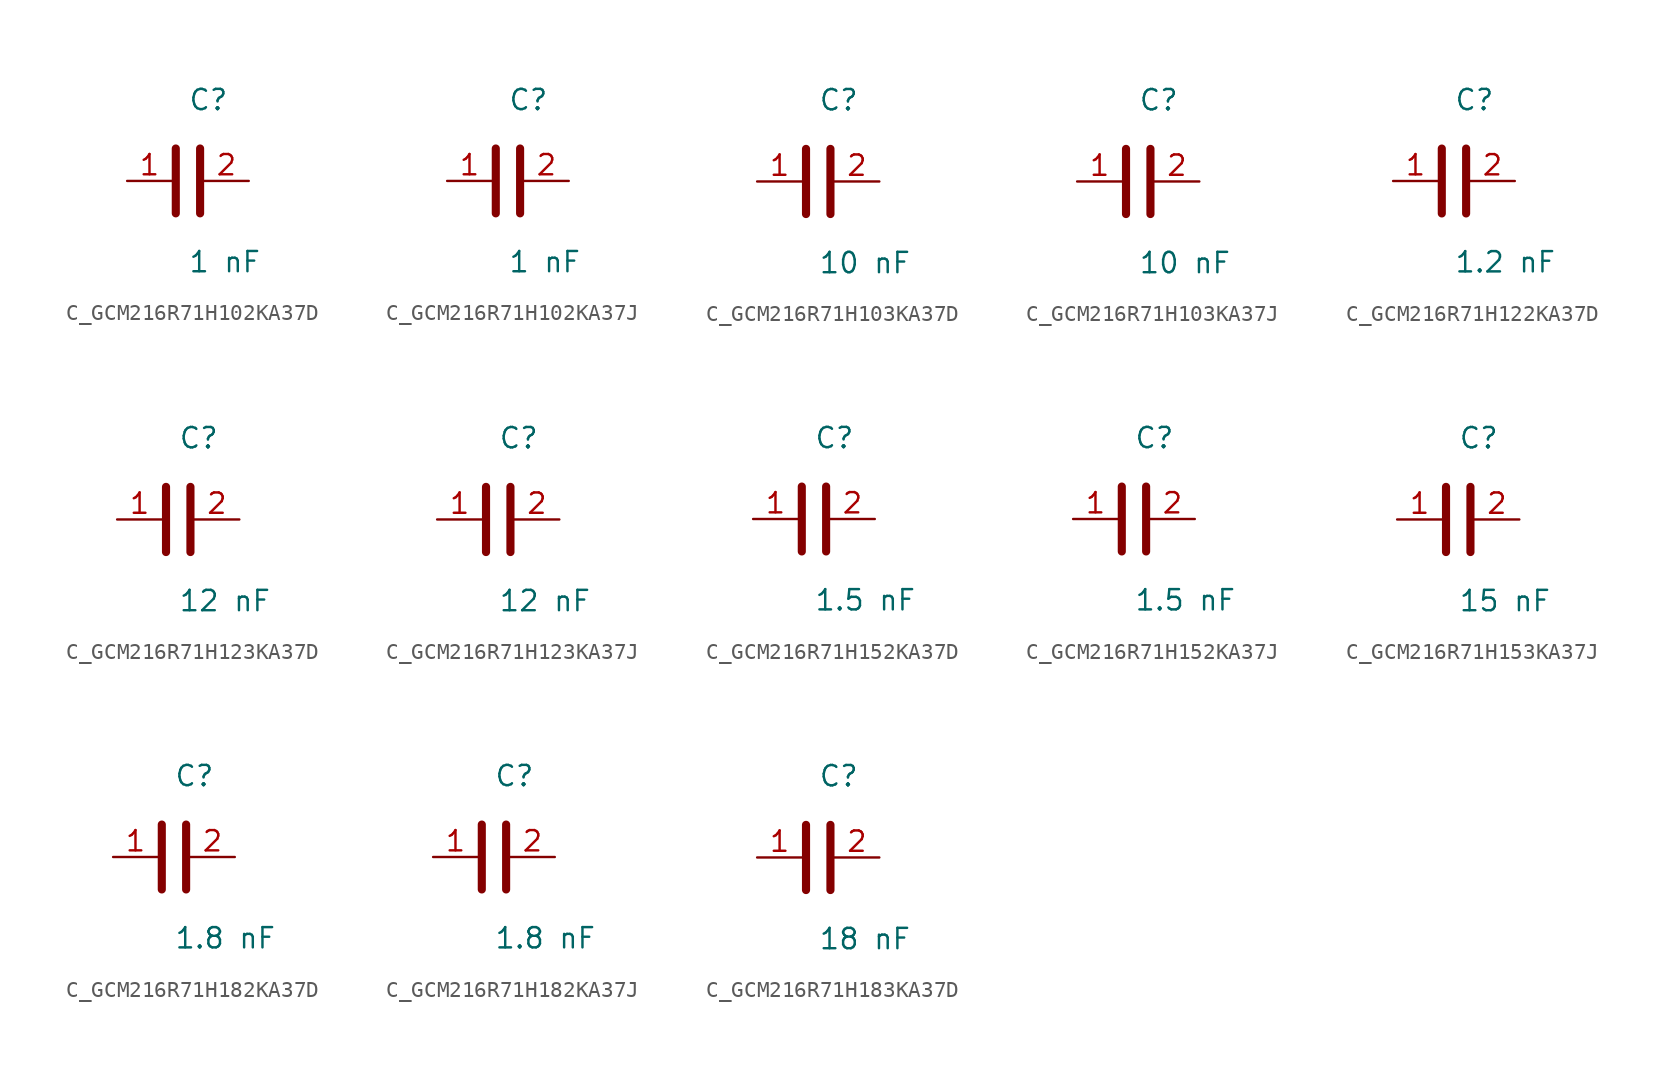
<source format=kicad_sym>
(kicad_symbol_lib
  (version 20231120)
  (generator kicad_symbol_editor)
  (generator_version 8.0)
  (symbol "C_GCM216R71H102KA37D"
    (pin_names
      (offset 0.254))
    (property "Reference" "C"
      (at 0.0 5.08 0)
      (effects (font (size 1.27 1.27)) (justify left)))
    (property "Value" "1 nF"
      (at 0.0 -5.08 0)
      (effects (font (size 1.27 1.27)) (justify left)))
    (symbol "C_GCM216R71H102KA37D_0_1"
      (polyline (pts (xy -0.762 -2.032) (xy -0.762 2.032)) (stroke (width 0.508) (type default)) (fill (type none)))
      (polyline (pts (xy 0.762 -2.032) (xy 0.762 2.032)) (stroke (width 0.508) (type default)) (fill (type none))))
    (pin unspecified line
      (at -3.81 0 0)
      (length 2.8)
      (name "" (effects (font (size 1.27 1.27))))
      (number "1" (effects (font (size 1.27 1.27)))))
    (pin unspecified line
      (at 3.81 0 180)
      (length 2.8)
      (name "" (effects (font (size 1.27 1.27))))
      (number "2" (effects (font (size 1.27 1.27))))))
  (symbol "C_GCM216R71H102KA37J"
    (pin_names
      (offset 0.254))
    (property "Reference" "C"
      (at 0.0 5.08 0)
      (effects (font (size 1.27 1.27)) (justify left)))
    (property "Value" "1 nF"
      (at 0.0 -5.08 0)
      (effects (font (size 1.27 1.27)) (justify left)))
    (symbol "C_GCM216R71H102KA37J_0_1"
      (polyline (pts (xy -0.762 -2.032) (xy -0.762 2.032)) (stroke (width 0.508) (type default)) (fill (type none)))
      (polyline (pts (xy 0.762 -2.032) (xy 0.762 2.032)) (stroke (width 0.508) (type default)) (fill (type none))))
    (pin unspecified line
      (at -3.81 0 0)
      (length 2.8)
      (name "" (effects (font (size 1.27 1.27))))
      (number "1" (effects (font (size 1.27 1.27)))))
    (pin unspecified line
      (at 3.81 0 180)
      (length 2.8)
      (name "" (effects (font (size 1.27 1.27))))
      (number "2" (effects (font (size 1.27 1.27))))))
  (symbol "C_GCM216R71H103KA37D"
    (pin_names
      (offset 0.254))
    (property "Reference" "C"
      (at 0.0 5.08 0)
      (effects (font (size 1.27 1.27)) (justify left)))
    (property "Value" "10 nF"
      (at 0.0 -5.08 0)
      (effects (font (size 1.27 1.27)) (justify left)))
    (symbol "C_GCM216R71H103KA37D_0_1"
      (polyline (pts (xy -0.762 -2.032) (xy -0.762 2.032)) (stroke (width 0.508) (type default)) (fill (type none)))
      (polyline (pts (xy 0.762 -2.032) (xy 0.762 2.032)) (stroke (width 0.508) (type default)) (fill (type none))))
    (pin unspecified line
      (at -3.81 0 0)
      (length 2.8)
      (name "" (effects (font (size 1.27 1.27))))
      (number "1" (effects (font (size 1.27 1.27)))))
    (pin unspecified line
      (at 3.81 0 180)
      (length 2.8)
      (name "" (effects (font (size 1.27 1.27))))
      (number "2" (effects (font (size 1.27 1.27))))))
  (symbol "C_GCM216R71H103KA37J"
    (pin_names
      (offset 0.254))
    (property "Reference" "C"
      (at 0.0 5.08 0)
      (effects (font (size 1.27 1.27)) (justify left)))
    (property "Value" "10 nF"
      (at 0.0 -5.08 0)
      (effects (font (size 1.27 1.27)) (justify left)))
    (symbol "C_GCM216R71H103KA37J_0_1"
      (polyline (pts (xy -0.762 -2.032) (xy -0.762 2.032)) (stroke (width 0.508) (type default)) (fill (type none)))
      (polyline (pts (xy 0.762 -2.032) (xy 0.762 2.032)) (stroke (width 0.508) (type default)) (fill (type none))))
    (pin unspecified line
      (at -3.81 0 0)
      (length 2.8)
      (name "" (effects (font (size 1.27 1.27))))
      (number "1" (effects (font (size 1.27 1.27)))))
    (pin unspecified line
      (at 3.81 0 180)
      (length 2.8)
      (name "" (effects (font (size 1.27 1.27))))
      (number "2" (effects (font (size 1.27 1.27))))))
  (symbol "C_GCM216R71H122KA37D"
    (pin_names
      (offset 0.254))
    (property "Reference" "C"
      (at 0.0 5.08 0)
      (effects (font (size 1.27 1.27)) (justify left)))
    (property "Value" "1.2 nF"
      (at 0.0 -5.08 0)
      (effects (font (size 1.27 1.27)) (justify left)))
    (symbol "C_GCM216R71H122KA37D_0_1"
      (polyline (pts (xy -0.762 -2.032) (xy -0.762 2.032)) (stroke (width 0.508) (type default)) (fill (type none)))
      (polyline (pts (xy 0.762 -2.032) (xy 0.762 2.032)) (stroke (width 0.508) (type default)) (fill (type none))))
    (pin unspecified line
      (at -3.81 0 0)
      (length 2.8)
      (name "" (effects (font (size 1.27 1.27))))
      (number "1" (effects (font (size 1.27 1.27)))))
    (pin unspecified line
      (at 3.81 0 180)
      (length 2.8)
      (name "" (effects (font (size 1.27 1.27))))
      (number "2" (effects (font (size 1.27 1.27))))))
  (symbol "C_GCM216R71H123KA37D"
    (pin_names
      (offset 0.254))
    (property "Reference" "C"
      (at 0.0 5.08 0)
      (effects (font (size 1.27 1.27)) (justify left)))
    (property "Value" "12 nF"
      (at 0.0 -5.08 0)
      (effects (font (size 1.27 1.27)) (justify left)))
    (symbol "C_GCM216R71H123KA37D_0_1"
      (polyline (pts (xy -0.762 -2.032) (xy -0.762 2.032)) (stroke (width 0.508) (type default)) (fill (type none)))
      (polyline (pts (xy 0.762 -2.032) (xy 0.762 2.032)) (stroke (width 0.508) (type default)) (fill (type none))))
    (pin unspecified line
      (at -3.81 0 0)
      (length 2.8)
      (name "" (effects (font (size 1.27 1.27))))
      (number "1" (effects (font (size 1.27 1.27)))))
    (pin unspecified line
      (at 3.81 0 180)
      (length 2.8)
      (name "" (effects (font (size 1.27 1.27))))
      (number "2" (effects (font (size 1.27 1.27))))))
  (symbol "C_GCM216R71H123KA37J"
    (pin_names
      (offset 0.254))
    (property "Reference" "C"
      (at 0.0 5.08 0)
      (effects (font (size 1.27 1.27)) (justify left)))
    (property "Value" "12 nF"
      (at 0.0 -5.08 0)
      (effects (font (size 1.27 1.27)) (justify left)))
    (symbol "C_GCM216R71H123KA37J_0_1"
      (polyline (pts (xy -0.762 -2.032) (xy -0.762 2.032)) (stroke (width 0.508) (type default)) (fill (type none)))
      (polyline (pts (xy 0.762 -2.032) (xy 0.762 2.032)) (stroke (width 0.508) (type default)) (fill (type none))))
    (pin unspecified line
      (at -3.81 0 0)
      (length 2.8)
      (name "" (effects (font (size 1.27 1.27))))
      (number "1" (effects (font (size 1.27 1.27)))))
    (pin unspecified line
      (at 3.81 0 180)
      (length 2.8)
      (name "" (effects (font (size 1.27 1.27))))
      (number "2" (effects (font (size 1.27 1.27))))))
  (symbol "C_GCM216R71H152KA37D"
    (pin_names
      (offset 0.254))
    (property "Reference" "C"
      (at 0.0 5.08 0)
      (effects (font (size 1.27 1.27)) (justify left)))
    (property "Value" "1.5 nF"
      (at 0.0 -5.08 0)
      (effects (font (size 1.27 1.27)) (justify left)))
    (symbol "C_GCM216R71H152KA37D_0_1"
      (polyline (pts (xy -0.762 -2.032) (xy -0.762 2.032)) (stroke (width 0.508) (type default)) (fill (type none)))
      (polyline (pts (xy 0.762 -2.032) (xy 0.762 2.032)) (stroke (width 0.508) (type default)) (fill (type none))))
    (pin unspecified line
      (at -3.81 0 0)
      (length 2.8)
      (name "" (effects (font (size 1.27 1.27))))
      (number "1" (effects (font (size 1.27 1.27)))))
    (pin unspecified line
      (at 3.81 0 180)
      (length 2.8)
      (name "" (effects (font (size 1.27 1.27))))
      (number "2" (effects (font (size 1.27 1.27))))))
  (symbol "C_GCM216R71H152KA37J"
    (pin_names
      (offset 0.254))
    (property "Reference" "C"
      (at 0.0 5.08 0)
      (effects (font (size 1.27 1.27)) (justify left)))
    (property "Value" "1.5 nF"
      (at 0.0 -5.08 0)
      (effects (font (size 1.27 1.27)) (justify left)))
    (symbol "C_GCM216R71H152KA37J_0_1"
      (polyline (pts (xy -0.762 -2.032) (xy -0.762 2.032)) (stroke (width 0.508) (type default)) (fill (type none)))
      (polyline (pts (xy 0.762 -2.032) (xy 0.762 2.032)) (stroke (width 0.508) (type default)) (fill (type none))))
    (pin unspecified line
      (at -3.81 0 0)
      (length 2.8)
      (name "" (effects (font (size 1.27 1.27))))
      (number "1" (effects (font (size 1.27 1.27)))))
    (pin unspecified line
      (at 3.81 0 180)
      (length 2.8)
      (name "" (effects (font (size 1.27 1.27))))
      (number "2" (effects (font (size 1.27 1.27))))))
  (symbol "C_GCM216R71H153KA37J"
    (pin_names
      (offset 0.254))
    (property "Reference" "C"
      (at 0.0 5.08 0)
      (effects (font (size 1.27 1.27)) (justify left)))
    (property "Value" "15 nF"
      (at 0.0 -5.08 0)
      (effects (font (size 1.27 1.27)) (justify left)))
    (symbol "C_GCM216R71H153KA37J_0_1"
      (polyline (pts (xy -0.762 -2.032) (xy -0.762 2.032)) (stroke (width 0.508) (type default)) (fill (type none)))
      (polyline (pts (xy 0.762 -2.032) (xy 0.762 2.032)) (stroke (width 0.508) (type default)) (fill (type none))))
    (pin unspecified line
      (at -3.81 0 0)
      (length 2.8)
      (name "" (effects (font (size 1.27 1.27))))
      (number "1" (effects (font (size 1.27 1.27)))))
    (pin unspecified line
      (at 3.81 0 180)
      (length 2.8)
      (name "" (effects (font (size 1.27 1.27))))
      (number "2" (effects (font (size 1.27 1.27))))))
  (symbol "C_GCM216R71H182KA37D"
    (pin_names
      (offset 0.254))
    (property "Reference" "C"
      (at 0.0 5.08 0)
      (effects (font (size 1.27 1.27)) (justify left)))
    (property "Value" "1.8 nF"
      (at 0.0 -5.08 0)
      (effects (font (size 1.27 1.27)) (justify left)))
    (symbol "C_GCM216R71H182KA37D_0_1"
      (polyline (pts (xy -0.762 -2.032) (xy -0.762 2.032)) (stroke (width 0.508) (type default)) (fill (type none)))
      (polyline (pts (xy 0.762 -2.032) (xy 0.762 2.032)) (stroke (width 0.508) (type default)) (fill (type none))))
    (pin unspecified line
      (at -3.81 0 0)
      (length 2.8)
      (name "" (effects (font (size 1.27 1.27))))
      (number "1" (effects (font (size 1.27 1.27)))))
    (pin unspecified line
      (at 3.81 0 180)
      (length 2.8)
      (name "" (effects (font (size 1.27 1.27))))
      (number "2" (effects (font (size 1.27 1.27))))))
  (symbol "C_GCM216R71H182KA37J"
    (pin_names
      (offset 0.254))
    (property "Reference" "C"
      (at 0.0 5.08 0)
      (effects (font (size 1.27 1.27)) (justify left)))
    (property "Value" "1.8 nF"
      (at 0.0 -5.08 0)
      (effects (font (size 1.27 1.27)) (justify left)))
    (symbol "C_GCM216R71H182KA37J_0_1"
      (polyline (pts (xy -0.762 -2.032) (xy -0.762 2.032)) (stroke (width 0.508) (type default)) (fill (type none)))
      (polyline (pts (xy 0.762 -2.032) (xy 0.762 2.032)) (stroke (width 0.508) (type default)) (fill (type none))))
    (pin unspecified line
      (at -3.81 0 0)
      (length 2.8)
      (name "" (effects (font (size 1.27 1.27))))
      (number "1" (effects (font (size 1.27 1.27)))))
    (pin unspecified line
      (at 3.81 0 180)
      (length 2.8)
      (name "" (effects (font (size 1.27 1.27))))
      (number "2" (effects (font (size 1.27 1.27))))))
  (symbol "C_GCM216R71H183KA37D"
    (pin_names
      (offset 0.254))
    (property "Reference" "C"
      (at 0.0 5.08 0)
      (effects (font (size 1.27 1.27)) (justify left)))
    (property "Value" "18 nF"
      (at 0.0 -5.08 0)
      (effects (font (size 1.27 1.27)) (justify left)))
    (symbol "C_GCM216R71H183KA37D_0_1"
      (polyline (pts (xy -0.762 -2.032) (xy -0.762 2.032)) (stroke (width 0.508) (type default)) (fill (type none)))
      (polyline (pts (xy 0.762 -2.032) (xy 0.762 2.032)) (stroke (width 0.508) (type default)) (fill (type none))))
    (pin unspecified line
      (at -3.81 0 0)
      (length 2.8)
      (name "" (effects (font (size 1.27 1.27))))
      (number "1" (effects (font (size 1.27 1.27)))))
    (pin unspecified line
      (at 3.81 0 180)
      (length 2.8)
      (name "" (effects (font (size 1.27 1.27))))
      (number "2" (effects (font (size 1.27 1.27)))))))
</source>
